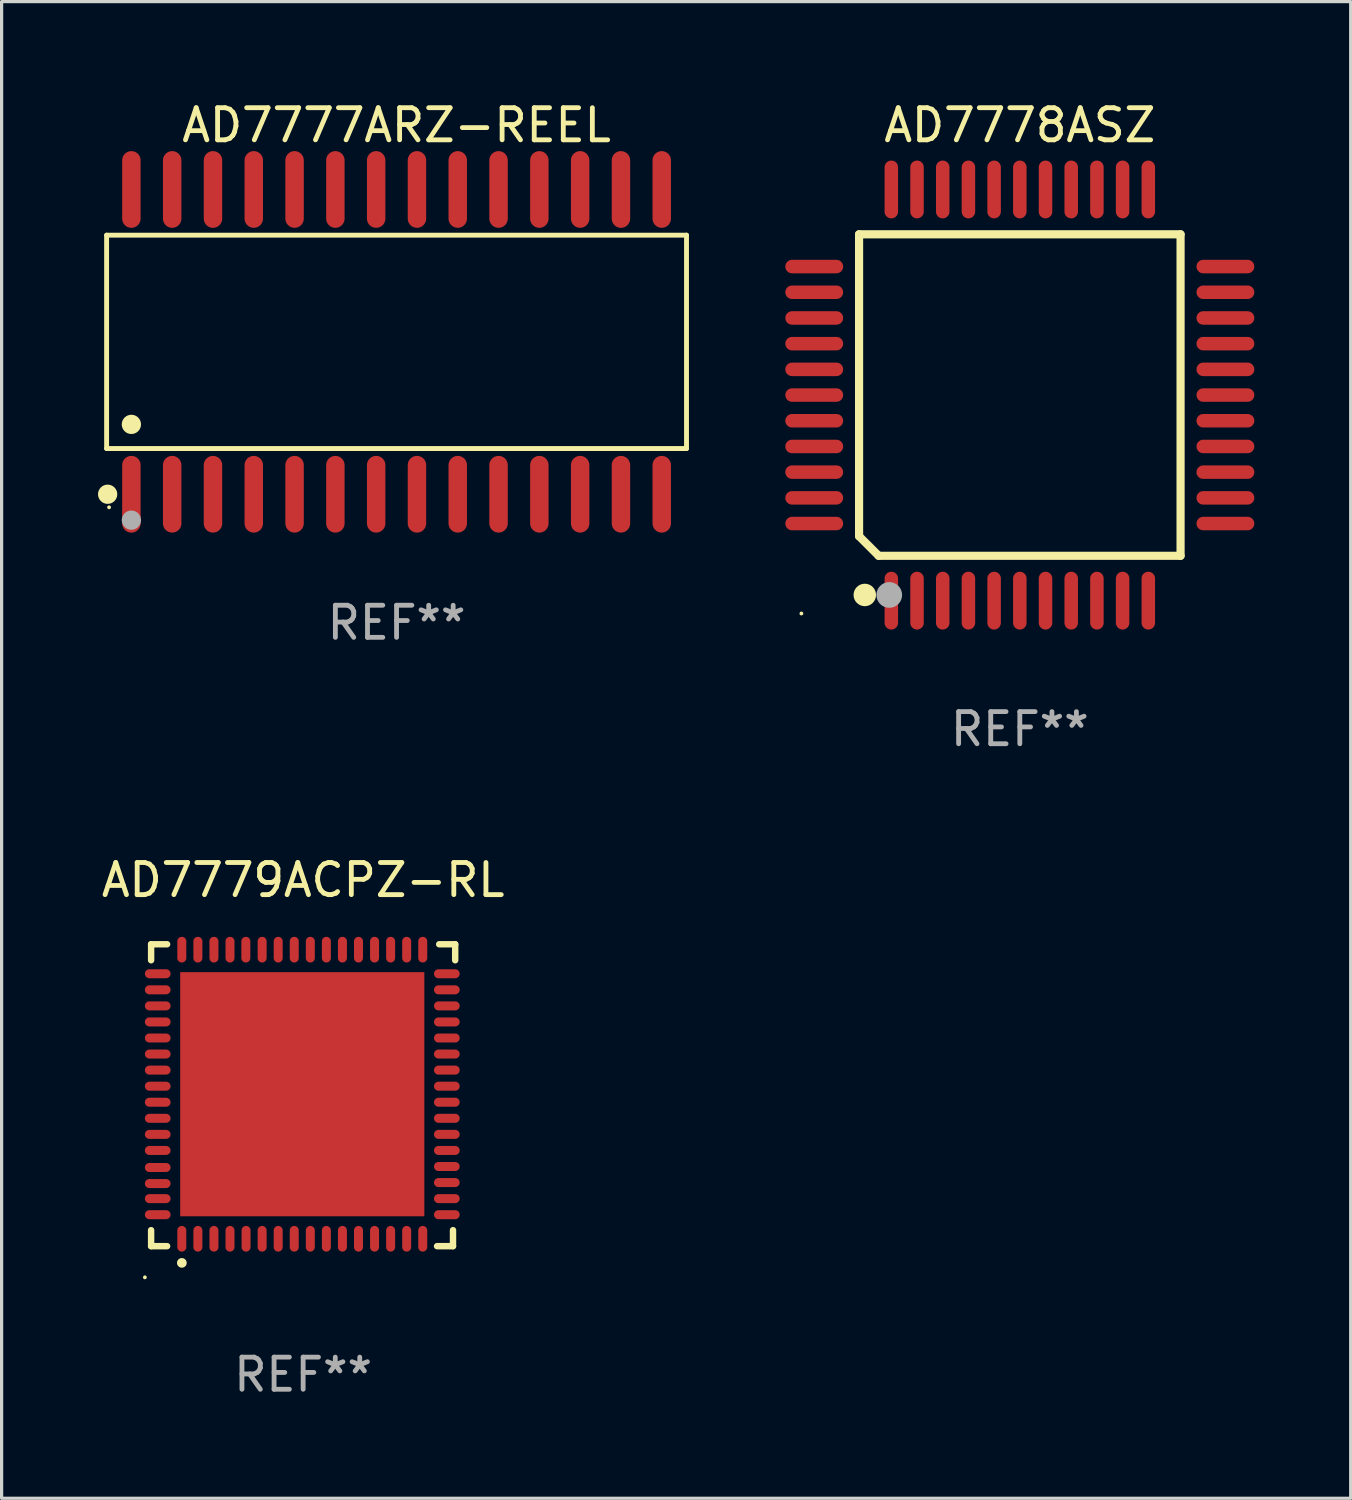
<source format=kicad_pcb>
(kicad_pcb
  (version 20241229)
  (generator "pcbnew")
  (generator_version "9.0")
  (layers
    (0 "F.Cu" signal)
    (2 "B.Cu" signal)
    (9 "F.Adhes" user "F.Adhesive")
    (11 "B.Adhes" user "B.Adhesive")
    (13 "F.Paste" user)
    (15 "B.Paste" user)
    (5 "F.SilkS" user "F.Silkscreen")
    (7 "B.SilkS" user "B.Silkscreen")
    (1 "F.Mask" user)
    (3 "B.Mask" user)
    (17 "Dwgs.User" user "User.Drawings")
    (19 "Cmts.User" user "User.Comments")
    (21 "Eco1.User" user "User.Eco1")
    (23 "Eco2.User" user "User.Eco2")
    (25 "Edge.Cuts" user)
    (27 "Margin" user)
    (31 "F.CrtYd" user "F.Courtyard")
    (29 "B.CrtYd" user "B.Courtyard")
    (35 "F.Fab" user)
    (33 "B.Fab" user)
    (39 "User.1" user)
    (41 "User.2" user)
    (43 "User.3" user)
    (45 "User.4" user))
  (footprint "AD7778ASZ"
    (layer "F.Cu")
    (at 28.697 9.248)
    (property "Reference" "AD7778ASZ" (at 0 -8.4 0) (layer "F.SilkS") (effects (font (size 1 1) (thickness 0.15))))
    (attr through_hole)
    (fp_line (start -5.004 -5.004) (end 5.004 -5.004) (stroke (width 0.254) (type solid)) (layer "F.SilkS"))
    (fp_line (start -5.004 4.394) (end -5.004 -5.004) (stroke (width 0.254) (type solid)) (layer "F.SilkS"))
    (fp_line (start -5.004 4.394) (end -4.394 5.004) (stroke (width 0.254) (type solid)) (layer "F.SilkS"))
    (fp_line (start -4.394 5.004) (end 5.004 5.004) (stroke (width 0.254) (type solid)) (layer "F.SilkS"))
    (fp_line (start 5.004 -5.004) (end 5.004 5.004) (stroke (width 0.254) (type solid)) (layer "F.SilkS"))
    (fp_circle (center -6.8 6.8) (end -6.77 6.8) (stroke (width 0.06) (type solid)) (fill no) (layer "F.SilkS"))
    (fp_circle (center -4.826 6.223) (end -4.651 6.223) (stroke (width 0.35) (type solid)) (fill no) (layer "F.SilkS"))
    (fp_circle (center -4.064 6.223) (end -3.864 6.223) (stroke (width 0.4) (type solid)) (fill no) (layer "F.Fab"))
    (fp_text user "REF**" (at 0 10.4 0) (layer "F.Fab") (effects (font (size 1 1) (thickness 0.15))))
    (pad "1" smd oval (at -4 6.4) (size 0.42 1.8) (layers "F.Cu" "F.Mask" "F.Paste"))
    (pad "2" smd oval (at -3.2 6.4) (size 0.42 1.8) (layers "F.Cu" "F.Mask" "F.Paste"))
    (pad "3" smd oval (at -2.4 6.4) (size 0.42 1.8) (layers "F.Cu" "F.Mask" "F.Paste"))
    (pad "4" smd oval (at -1.6 6.4) (size 0.42 1.8) (layers "F.Cu" "F.Mask" "F.Paste"))
    (pad "5" smd oval (at -0.8 6.4) (size 0.42 1.8) (layers "F.Cu" "F.Mask" "F.Paste"))
    (pad "6" smd oval (at 0 6.4) (size 0.42 1.8) (layers "F.Cu" "F.Mask" "F.Paste"))
    (pad "7" smd oval (at 0.8 6.4) (size 0.42 1.8) (layers "F.Cu" "F.Mask" "F.Paste"))
    (pad "8" smd oval (at 1.6 6.4) (size 0.42 1.8) (layers "F.Cu" "F.Mask" "F.Paste"))
    (pad "9" smd oval (at 2.4 6.4) (size 0.42 1.8) (layers "F.Cu" "F.Mask" "F.Paste"))
    (pad "10" smd oval (at 3.2 6.4) (size 0.42 1.8) (layers "F.Cu" "F.Mask" "F.Paste"))
    (pad "11" smd oval (at 4 6.4) (size 0.42 1.8) (layers "F.Cu" "F.Mask" "F.Paste"))
    (pad "12" smd oval (at 6.4 4 90) (size 0.42 1.8) (layers "F.Cu" "F.Mask" "F.Paste"))
    (pad "13" smd oval (at 6.4 3.2 90) (size 0.42 1.8) (layers "F.Cu" "F.Mask" "F.Paste"))
    (pad "14" smd oval (at 6.4 2.4 90) (size 0.42 1.8) (layers "F.Cu" "F.Mask" "F.Paste"))
    (pad "15" smd oval (at 6.4 1.6 90) (size 0.42 1.8) (layers "F.Cu" "F.Mask" "F.Paste"))
    (pad "16" smd oval (at 6.4 0.8 90) (size 0.42 1.8) (layers "F.Cu" "F.Mask" "F.Paste"))
    (pad "17" smd oval (at 6.4 0 90) (size 0.42 1.8) (layers "F.Cu" "F.Mask" "F.Paste"))
    (pad "18" smd oval (at 6.4 -0.8 90) (size 0.42 1.8) (layers "F.Cu" "F.Mask" "F.Paste"))
    (pad "19" smd oval (at 6.4 -1.6 90) (size 0.42 1.8) (layers "F.Cu" "F.Mask" "F.Paste"))
    (pad "20" smd oval (at 6.4 -2.4 90) (size 0.42 1.8) (layers "F.Cu" "F.Mask" "F.Paste"))
    (pad "21" smd oval (at 6.4 -3.2 90) (size 0.42 1.8) (layers "F.Cu" "F.Mask" "F.Paste"))
    (pad "22" smd oval (at 6.4 -4 90) (size 0.42 1.8) (layers "F.Cu" "F.Mask" "F.Paste"))
    (pad "23" smd oval (at 4 -6.4 180) (size 0.42 1.8) (layers "F.Cu" "F.Mask" "F.Paste"))
    (pad "24" smd oval (at 3.2 -6.4 180) (size 0.42 1.8) (layers "F.Cu" "F.Mask" "F.Paste"))
    (pad "25" smd oval (at 2.4 -6.4 180) (size 0.42 1.8) (layers "F.Cu" "F.Mask" "F.Paste"))
    (pad "26" smd oval (at 1.6 -6.4 180) (size 0.42 1.8) (layers "F.Cu" "F.Mask" "F.Paste"))
    (pad "27" smd oval (at 0.8 -6.4 180) (size 0.42 1.8) (layers "F.Cu" "F.Mask" "F.Paste"))
    (pad "28" smd oval (at 0 -6.4 180) (size 0.42 1.8) (layers "F.Cu" "F.Mask" "F.Paste"))
    (pad "29" smd oval (at -0.8 -6.4 180) (size 0.42 1.8) (layers "F.Cu" "F.Mask" "F.Paste"))
    (pad "30" smd oval (at -1.6 -6.4 180) (size 0.42 1.8) (layers "F.Cu" "F.Mask" "F.Paste"))
    (pad "31" smd oval (at -2.4 -6.4 180) (size 0.42 1.8) (layers "F.Cu" "F.Mask" "F.Paste"))
    (pad "32" smd oval (at -3.2 -6.4 180) (size 0.42 1.8) (layers "F.Cu" "F.Mask" "F.Paste"))
    (pad "33" smd oval (at -4 -6.4 180) (size 0.42 1.8) (layers "F.Cu" "F.Mask" "F.Paste"))
    (pad "34" smd oval (at -6.4 -4 90) (size 0.42 1.8) (layers "F.Cu" "F.Mask" "F.Paste"))
    (pad "35" smd oval (at -6.4 -3.2 90) (size 0.42 1.8) (layers "F.Cu" "F.Mask" "F.Paste"))
    (pad "36" smd oval (at -6.4 -2.4 90) (size 0.42 1.8) (layers "F.Cu" "F.Mask" "F.Paste"))
    (pad "37" smd oval (at -6.4 -1.6 90) (size 0.42 1.8) (layers "F.Cu" "F.Mask" "F.Paste"))
    (pad "38" smd oval (at -6.4 -0.8 90) (size 0.42 1.8) (layers "F.Cu" "F.Mask" "F.Paste"))
    (pad "39" smd oval (at -6.4 0 90) (size 0.42 1.8) (layers "F.Cu" "F.Mask" "F.Paste"))
    (pad "40" smd oval (at -6.4 0.8 270) (size 0.42 1.8) (layers "F.Cu" "F.Mask" "F.Paste"))
    (pad "41" smd oval (at -6.4 1.6 270) (size 0.42 1.8) (layers "F.Cu" "F.Mask" "F.Paste"))
    (pad "42" smd oval (at -6.4 2.4 270) (size 0.42 1.8) (layers "F.Cu" "F.Mask" "F.Paste"))
    (pad "43" smd oval (at -6.4 3.2 270) (size 0.42 1.8) (layers "F.Cu" "F.Mask" "F.Paste"))
    (pad "44" smd oval (at -6.4 4 270) (size 0.42 1.8) (layers "F.Cu" "F.Mask" "F.Paste")))
  (footprint "AD7777ARZ-REEL"
    (layer "F.Cu")
    (at 9.295 7.592)
    (property "Reference" "AD7777ARZ-REEL" (at 0 -6.744 0) (layer "F.SilkS") (effects (font (size 1 1) (thickness 0.15))))
    (attr through_hole)
    (fp_line (start -9.026 -3.321) (end 9.026 -3.321) (stroke (width 0.152) (type solid)) (layer "F.SilkS"))
    (fp_line (start -9.026 3.321) (end -9.026 -3.321) (stroke (width 0.152) (type solid)) (layer "F.SilkS"))
    (fp_line (start 9.026 -3.321) (end 9.026 3.321) (stroke (width 0.152) (type solid)) (layer "F.SilkS"))
    (fp_line (start 9.026 3.321) (end -9.026 3.321) (stroke (width 0.152) (type solid)) (layer "F.SilkS"))
    (fp_circle (center -8.994 4.744) (end -8.844 4.744) (stroke (width 0.3) (type solid)) (fill no) (layer "F.SilkS"))
    (fp_circle (center -8.95 5.15) (end -8.92 5.15) (stroke (width 0.06) (type solid)) (fill no) (layer "F.SilkS"))
    (fp_circle (center -8.255 2.569) (end -8.105 2.569) (stroke (width 0.3) (type solid)) (fill no) (layer "F.SilkS"))
    (fp_circle (center -8.255 5.55) (end -8.105 5.55) (stroke (width 0.3) (type solid)) (fill no) (layer "F.Fab"))
    (fp_text user "REF**" (at 0 8.744 0) (layer "F.Fab") (effects (font (size 1 1) (thickness 0.15))))
    (pad "1" smd oval (at -8.255 4.744) (size 0.574 2.388) (layers "F.Cu" "F.Mask" "F.Paste"))
    (pad "2" smd oval (at -6.985 4.744) (size 0.574 2.388) (layers "F.Cu" "F.Mask" "F.Paste"))
    (pad "3" smd oval (at -5.715 4.744) (size 0.574 2.388) (layers "F.Cu" "F.Mask" "F.Paste"))
    (pad "4" smd oval (at -4.445 4.744) (size 0.574 2.388) (layers "F.Cu" "F.Mask" "F.Paste"))
    (pad "5" smd oval (at -3.175 4.744) (size 0.574 2.388) (layers "F.Cu" "F.Mask" "F.Paste"))
    (pad "6" smd oval (at -1.905 4.744) (size 0.574 2.388) (layers "F.Cu" "F.Mask" "F.Paste"))
    (pad "7" smd oval (at -0.635 4.744) (size 0.574 2.388) (layers "F.Cu" "F.Mask" "F.Paste"))
    (pad "8" smd oval (at 0.635 4.744) (size 0.574 2.388) (layers "F.Cu" "F.Mask" "F.Paste"))
    (pad "9" smd oval (at 1.905 4.744) (size 0.574 2.388) (layers "F.Cu" "F.Mask" "F.Paste"))
    (pad "10" smd oval (at 3.175 4.744) (size 0.574 2.388) (layers "F.Cu" "F.Mask" "F.Paste"))
    (pad "11" smd oval (at 4.445 4.744) (size 0.574 2.388) (layers "F.Cu" "F.Mask" "F.Paste"))
    (pad "12" smd oval (at 5.715 4.744) (size 0.574 2.388) (layers "F.Cu" "F.Mask" "F.Paste"))
    (pad "13" smd oval (at 6.985 4.744) (size 0.574 2.388) (layers "F.Cu" "F.Mask" "F.Paste"))
    (pad "14" smd oval (at 8.255 4.744) (size 0.574 2.388) (layers "F.Cu" "F.Mask" "F.Paste"))
    (pad "15" smd oval (at 8.255 -4.744) (size 0.574 2.388) (layers "F.Cu" "F.Mask" "F.Paste"))
    (pad "16" smd oval (at 6.985 -4.744) (size 0.574 2.388) (layers "F.Cu" "F.Mask" "F.Paste"))
    (pad "17" smd oval (at 5.715 -4.744) (size 0.574 2.388) (layers "F.Cu" "F.Mask" "F.Paste"))
    (pad "18" smd oval (at 4.445 -4.744) (size 0.574 2.388) (layers "F.Cu" "F.Mask" "F.Paste"))
    (pad "19" smd oval (at 3.175 -4.744) (size 0.574 2.388) (layers "F.Cu" "F.Mask" "F.Paste"))
    (pad "20" smd oval (at 1.905 -4.744) (size 0.574 2.388) (layers "F.Cu" "F.Mask" "F.Paste"))
    (pad "21" smd oval (at 0.635 -4.744) (size 0.574 2.388) (layers "F.Cu" "F.Mask" "F.Paste"))
    (pad "22" smd oval (at -0.635 -4.744) (size 0.574 2.388) (layers "F.Cu" "F.Mask" "F.Paste"))
    (pad "23" smd oval (at -1.905 -4.744) (size 0.574 2.388) (layers "F.Cu" "F.Mask" "F.Paste"))
    (pad "24" smd oval (at -3.175 -4.744) (size 0.574 2.388) (layers "F.Cu" "F.Mask" "F.Paste"))
    (pad "25" smd oval (at -4.445 -4.744) (size 0.574 2.388) (layers "F.Cu" "F.Mask" "F.Paste"))
    (pad "26" smd oval (at -5.715 -4.744) (size 0.574 2.388) (layers "F.Cu" "F.Mask" "F.Paste"))
    (pad "27" smd oval (at -6.985 -4.744) (size 0.574 2.388) (layers "F.Cu" "F.Mask" "F.Paste"))
    (pad "28" smd oval (at -8.255 -4.744) (size 0.574 2.388) (layers "F.Cu" "F.Mask" "F.Paste")))
  (footprint "AD7779ACPZ-RL"
    (layer "F.Cu")
    (at 6.387 31.044)
    (property "Reference" "AD7779ACPZ-RL" (at 0 -6.699 0) (layer "F.SilkS") (effects (font (size 1 1) (thickness 0.15))))
    (attr through_hole)
    (fp_line (start -4.733 -4.699) (end -4.235 -4.699) (stroke (width 0.2) (type solid)) (layer "F.SilkS"))
    (fp_line (start -4.733 -4.201) (end -4.733 -4.699) (stroke (width 0.2) (type solid)) (layer "F.SilkS"))
    (fp_line (start -4.733 4.699) (end -4.733 4.201) (stroke (width 0.2) (type solid)) (layer "F.SilkS"))
    (fp_line (start -4.235 4.699) (end -4.733 4.699) (stroke (width 0.2) (type solid)) (layer "F.SilkS"))
    (fp_line (start 4.168 4.699) (end 4.665 4.699) (stroke (width 0.2) (type solid)) (layer "F.SilkS"))
    (fp_line (start 4.665 4.699) (end 4.665 4.201) (stroke (width 0.2) (type solid)) (layer "F.SilkS"))
    (fp_line (start 4.733 -4.699) (end 4.235 -4.699) (stroke (width 0.2) (type solid)) (layer "F.SilkS"))
    (fp_line (start 4.733 -4.201) (end 4.733 -4.699) (stroke (width 0.2) (type solid)) (layer "F.SilkS"))
    (fp_arc (start -3.777419 5.219329) (mid -3.776149 5.219324) (end -3.774879 5.219329) (stroke (width 0.3) (type solid)) (layer "F.SilkS"))
    (fp_circle (center -4.927 5.669) (end -4.897 5.669) (stroke (width 0.06) (type solid)) (fill no) (layer "F.SilkS"))
    (fp_text user "REF**" (at 0 8.699 0) (layer "F.Fab") (effects (font (size 1 1) (thickness 0.15))))
    (pad "1" smd oval (at -3.777 4.469 180) (size 0.28 0.8) (layers "F.Cu" "F.Mask" "F.Paste"))
    (pad "2" smd oval (at -3.277 4.469 180) (size 0.28 0.8) (layers "F.Cu" "F.Mask" "F.Paste"))
    (pad "3" smd oval (at -2.777 4.469 180) (size 0.28 0.8) (layers "F.Cu" "F.Mask" "F.Paste"))
    (pad "4" smd oval (at -2.277 4.469 180) (size 0.28 0.8) (layers "F.Cu" "F.Mask" "F.Paste"))
    (pad "5" smd oval (at -1.777 4.469 180) (size 0.28 0.8) (layers "F.Cu" "F.Mask" "F.Paste"))
    (pad "6" smd oval (at -1.277 4.469 180) (size 0.28 0.8) (layers "F.Cu" "F.Mask" "F.Paste"))
    (pad "7" smd oval (at -0.777 4.469 180) (size 0.28 0.8) (layers "F.Cu" "F.Mask" "F.Paste"))
    (pad "8" smd oval (at -0.277 4.469 180) (size 0.28 0.8) (layers "F.Cu" "F.Mask" "F.Paste"))
    (pad "9" smd oval (at 0.223 4.469 180) (size 0.28 0.8) (layers "F.Cu" "F.Mask" "F.Paste"))
    (pad "10" smd oval (at 0.723 4.469 180) (size 0.28 0.8) (layers "F.Cu" "F.Mask" "F.Paste"))
    (pad "11" smd oval (at 1.223 4.469 180) (size 0.28 0.8) (layers "F.Cu" "F.Mask" "F.Paste"))
    (pad "12" smd oval (at 1.723 4.469 180) (size 0.28 0.8) (layers "F.Cu" "F.Mask" "F.Paste"))
    (pad "13" smd oval (at 2.223 4.469 180) (size 0.28 0.8) (layers "F.Cu" "F.Mask" "F.Paste"))
    (pad "14" smd oval (at 2.723 4.469 180) (size 0.28 0.8) (layers "F.Cu" "F.Mask" "F.Paste"))
    (pad "15" smd oval (at 3.223 4.469 180) (size 0.28 0.8) (layers "F.Cu" "F.Mask" "F.Paste"))
    (pad "16" smd oval (at 3.723 4.469 180) (size 0.28 0.8) (layers "F.Cu" "F.Mask" "F.Paste"))
    (pad "17" smd oval (at 4.473 3.719 270) (size 0.28 0.8) (layers "F.Cu" "F.Mask" "F.Paste"))
    (pad "18" smd oval (at 4.473 3.219 270) (size 0.28 0.8) (layers "F.Cu" "F.Mask" "F.Paste"))
    (pad "19" smd oval (at 4.473 2.719 270) (size 0.28 0.8) (layers "F.Cu" "F.Mask" "F.Paste"))
    (pad "20" smd oval (at 4.473 2.219 270) (size 0.28 0.8) (layers "F.Cu" "F.Mask" "F.Paste"))
    (pad "21" smd oval (at 4.473 1.719 270) (size 0.28 0.8) (layers "F.Cu" "F.Mask" "F.Paste"))
    (pad "22" smd oval (at 4.473 1.219 270) (size 0.28 0.8) (layers "F.Cu" "F.Mask" "F.Paste"))
    (pad "23" smd oval (at 4.473 0.719 270) (size 0.28 0.8) (layers "F.Cu" "F.Mask" "F.Paste"))
    (pad "24" smd oval (at 4.473 0.219 270) (size 0.28 0.8) (layers "F.Cu" "F.Mask" "F.Paste"))
    (pad "25" smd oval (at 4.473 -0.281 270) (size 0.28 0.8) (layers "F.Cu" "F.Mask" "F.Paste"))
    (pad "26" smd oval (at 4.473 -0.781 270) (size 0.28 0.8) (layers "F.Cu" "F.Mask" "F.Paste"))
    (pad "27" smd oval (at 4.473 -1.281 270) (size 0.28 0.8) (layers "F.Cu" "F.Mask" "F.Paste"))
    (pad "28" smd oval (at 4.473 -1.781 270) (size 0.28 0.8) (layers "F.Cu" "F.Mask" "F.Paste"))
    (pad "29" smd oval (at 4.473 -2.281 270) (size 0.28 0.8) (layers "F.Cu" "F.Mask" "F.Paste"))
    (pad "30" smd oval (at 4.473 -2.781 270) (size 0.28 0.8) (layers "F.Cu" "F.Mask" "F.Paste"))
    (pad "31" smd oval (at 4.473 -3.281 270) (size 0.28 0.8) (layers "F.Cu" "F.Mask" "F.Paste"))
    (pad "32" smd oval (at 4.473 -3.781 270) (size 0.28 0.8) (layers "F.Cu" "F.Mask" "F.Paste"))
    (pad "33" smd oval (at 3.723 -4.531) (size 0.28 0.8) (layers "F.Cu" "F.Mask" "F.Paste"))
    (pad "34" smd oval (at 3.223 -4.531) (size 0.28 0.8) (layers "F.Cu" "F.Mask" "F.Paste"))
    (pad "35" smd oval (at 2.723 -4.531) (size 0.28 0.8) (layers "F.Cu" "F.Mask" "F.Paste"))
    (pad "36" smd oval (at 2.223 -4.531) (size 0.28 0.8) (layers "F.Cu" "F.Mask" "F.Paste"))
    (pad "37" smd oval (at 1.723 -4.531) (size 0.28 0.8) (layers "F.Cu" "F.Mask" "F.Paste"))
    (pad "38" smd oval (at 1.223 -4.531) (size 0.28 0.8) (layers "F.Cu" "F.Mask" "F.Paste"))
    (pad "39" smd oval (at 0.723 -4.531) (size 0.28 0.8) (layers "F.Cu" "F.Mask" "F.Paste"))
    (pad "40" smd oval (at 0.223 -4.531) (size 0.28 0.8) (layers "F.Cu" "F.Mask" "F.Paste"))
    (pad "41" smd oval (at -0.277 -4.531) (size 0.28 0.8) (layers "F.Cu" "F.Mask" "F.Paste"))
    (pad "42" smd oval (at -0.777 -4.531) (size 0.28 0.8) (layers "F.Cu" "F.Mask" "F.Paste"))
    (pad "43" smd oval (at -1.277 -4.531) (size 0.28 0.8) (layers "F.Cu" "F.Mask" "F.Paste"))
    (pad "44" smd oval (at -1.784 -4.531) (size 0.28 0.8) (layers "F.Cu" "F.Mask" "F.Paste"))
    (pad "45" smd oval (at -2.277 -4.531) (size 0.28 0.8) (layers "F.Cu" "F.Mask" "F.Paste"))
    (pad "46" smd oval (at -2.777 -4.531) (size 0.28 0.8) (layers "F.Cu" "F.Mask" "F.Paste"))
    (pad "47" smd oval (at -3.277 -4.531) (size 0.28 0.8) (layers "F.Cu" "F.Mask" "F.Paste"))
    (pad "48" smd oval (at -3.777 -4.531) (size 0.28 0.8) (layers "F.Cu" "F.Mask" "F.Paste"))
    (pad "49" smd oval (at -4.527 -3.781 90) (size 0.28 0.8) (layers "F.Cu" "F.Mask" "F.Paste"))
    (pad "50" smd oval (at -4.527 -3.281 90) (size 0.28 0.8) (layers "F.Cu" "F.Mask" "F.Paste"))
    (pad "51" smd oval (at -4.527 -2.781 90) (size 0.28 0.8) (layers "F.Cu" "F.Mask" "F.Paste"))
    (pad "52" smd oval (at -4.527 -2.281 90) (size 0.28 0.8) (layers "F.Cu" "F.Mask" "F.Paste"))
    (pad "53" smd oval (at -4.527 -1.781 90) (size 0.28 0.8) (layers "F.Cu" "F.Mask" "F.Paste"))
    (pad "54" smd oval (at -4.527 -1.281 90) (size 0.28 0.8) (layers "F.Cu" "F.Mask" "F.Paste"))
    (pad "55" smd oval (at -4.527 -0.781 90) (size 0.28 0.8) (layers "F.Cu" "F.Mask" "F.Paste"))
    (pad "56" smd oval (at -4.527 -0.281 90) (size 0.28 0.8) (layers "F.Cu" "F.Mask" "F.Paste"))
    (pad "57" smd oval (at -4.527 0.219 90) (size 0.28 0.8) (layers "F.Cu" "F.Mask" "F.Paste"))
    (pad "58" smd oval (at -4.527 0.719 90) (size 0.28 0.8) (layers "F.Cu" "F.Mask" "F.Paste"))
    (pad "59" smd oval (at -4.527 1.219 90) (size 0.28 0.8) (layers "F.Cu" "F.Mask" "F.Paste"))
    (pad "60" smd oval (at -4.527 1.719 90) (size 0.28 0.8) (layers "F.Cu" "F.Mask" "F.Paste"))
    (pad "61" smd oval (at -4.527 2.25 90) (size 0.28 0.8) (layers "F.Cu" "F.Mask" "F.Paste"))
    (pad "62" smd oval (at -4.527 2.75 90) (size 0.28 0.8) (layers "F.Cu" "F.Mask" "F.Paste"))
    (pad "63" smd oval (at -4.527 3.219 90) (size 0.28 0.8) (layers "F.Cu" "F.Mask" "F.Paste"))
    (pad "64" smd oval (at -4.527 3.719 90) (size 0.28 0.8) (layers "F.Cu" "F.Mask" "F.Paste"))
    (pad "65" smd rect (at -0.027 -0.031 90) (size 7.6 7.6) (layers "F.Cu" "F.Mask" "F.Paste")))
  (gr_rect
    (start -3 -3)
    (end 38.997 43.591)
    (stroke (width 0.1) (type default))
    (fill no)
    (layer "Edge.Cuts")))
</source>
